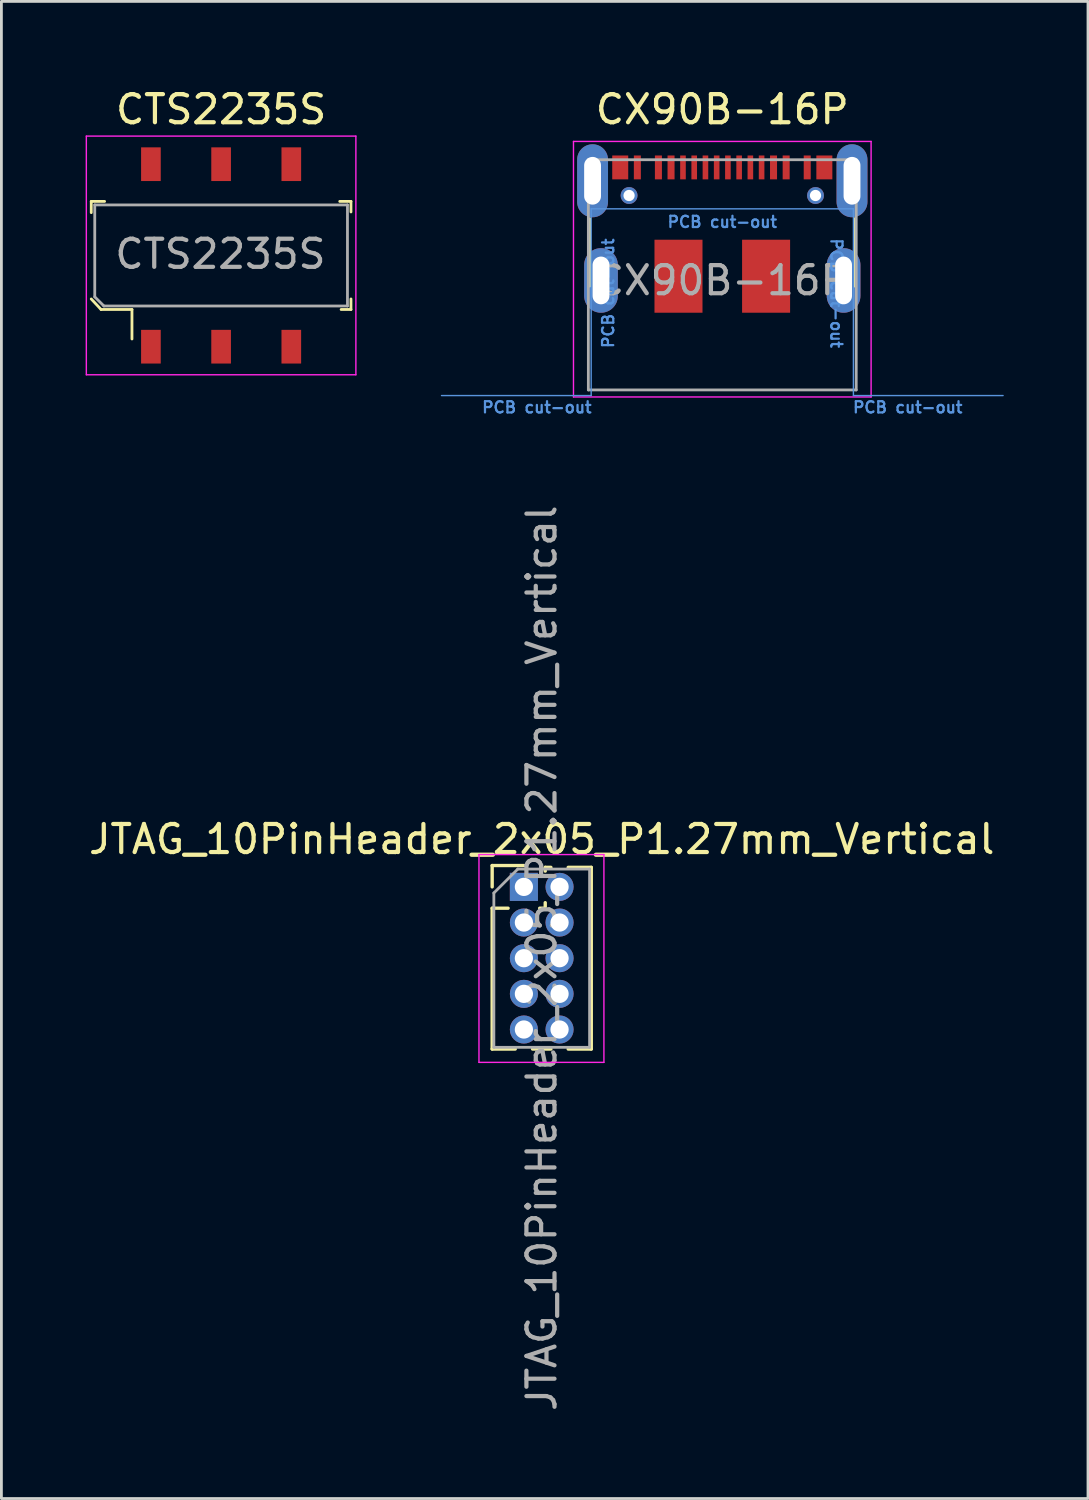
<source format=kicad_pcb>
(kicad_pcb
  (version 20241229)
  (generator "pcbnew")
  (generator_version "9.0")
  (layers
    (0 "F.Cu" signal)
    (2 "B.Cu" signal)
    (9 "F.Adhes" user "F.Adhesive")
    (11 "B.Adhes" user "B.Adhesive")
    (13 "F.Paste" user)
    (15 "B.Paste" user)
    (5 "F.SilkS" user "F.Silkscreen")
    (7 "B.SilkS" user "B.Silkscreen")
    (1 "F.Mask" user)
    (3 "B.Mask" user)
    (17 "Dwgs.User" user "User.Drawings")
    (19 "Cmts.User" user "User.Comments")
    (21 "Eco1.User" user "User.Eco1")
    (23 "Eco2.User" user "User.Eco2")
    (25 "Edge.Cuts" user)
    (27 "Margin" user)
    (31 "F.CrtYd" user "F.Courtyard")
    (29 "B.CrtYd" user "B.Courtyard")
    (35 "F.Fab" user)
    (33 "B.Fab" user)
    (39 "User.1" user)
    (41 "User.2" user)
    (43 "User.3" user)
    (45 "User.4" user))
  (footprint "CX90B-16P"
    (layer "F.Cu")
    (at 22.675 3.838)
    (property "Reference" "CX90B-16P" (at 0 -2.99 0) (layer "F.SilkS") (effects (font (size 1 1) (thickness 0.15))))
    (attr smd)
    (fp_line (start -4.72 0.9) (end -4.72 3.3) (stroke (width 0.1) (type solid)) (layer "F.SilkS"))
    (fp_line (start 4.72 0.9) (end 4.72 3.3) (stroke (width 0.1) (type solid)) (layer "F.SilkS"))
    (fp_line (start -4.67 0.55) (end -4.67 7.2) (stroke (width 0.05) (type solid)) (layer "Cmts.User"))
    (fp_line (start -4.67 0.55) (end 4.67 0.55) (stroke (width 0.05) (type solid)) (layer "Cmts.User"))
    (fp_line (start -4.67 7.2) (end -10 7.2) (stroke (width 0.05) (type solid)) (layer "Cmts.User"))
    (fp_line (start 4.67 0.55) (end 4.67 7.2) (stroke (width 0.05) (type solid)) (layer "Cmts.User"))
    (fp_line (start 4.67 7.2) (end 10 7.2) (stroke (width 0.05) (type solid)) (layer "Cmts.User"))
    (fp_line (start -5.3 -1.85) (end -5.3 7.25) (stroke (width 0.05) (type solid)) (layer "F.CrtYd"))
    (fp_line (start 5.3 -1.85) (end -5.3 -1.85) (stroke (width 0.05) (type solid)) (layer "F.CrtYd"))
    (fp_line (start 5.3 -1.85) (end 5.3 7.25) (stroke (width 0.05) (type solid)) (layer "F.CrtYd"))
    (fp_line (start 5.3 7.25) (end -5.3 7.25) (stroke (width 0.05) (type solid)) (layer "F.CrtYd"))
    (fp_line (start -4.77 -1.2) (end -4.77 7) (stroke (width 0.1) (type solid)) (layer "F.Fab"))
    (fp_line (start -4.77 -1.2) (end 4.77 -1.2) (stroke (width 0.1) (type solid)) (layer "F.Fab"))
    (fp_line (start -4.77 7) (end 4.77 7) (stroke (width 0.1) (type solid)) (layer "F.Fab"))
    (fp_line (start 4.77 -1.2) (end 4.77 7) (stroke (width 0.1) (type solid)) (layer "F.Fab"))
    (fp_text user "PCB cut-out" (at 0 1.016 0) (layer "Cmts.User") (effects (font (size 0.4 0.4) (thickness 0.08))))
    (fp_text user "PCB cut-out" (at -6.604 7.62 0) (unlocked yes) (layer "Cmts.User") (effects (font (size 0.4 0.4) (thickness 0.08))))
    (fp_text user "PCB cut-out" (at 6.604 7.62 0) (unlocked yes) (layer "Cmts.User") (effects (font (size 0.4 0.4) (thickness 0.08))))
    (fp_text user "PCB cut-out" (at -4.064 3.556 90) (unlocked yes) (layer "Cmts.User") (effects (font (size 0.4 0.4) (thickness 0.08))))
    (fp_text user "PCB cut-out" (at 4.064 3.556 270) (unlocked yes) (layer "Cmts.User") (effects (font (size 0.4 0.4) (thickness 0.08))))
    (fp_text user "${REFERENCE}" (at 0 3.1 0) (layer "F.Fab") (effects (font (size 1 1) (thickness 0.15))))
    (pad "" thru_hole oval (at -4.62 -0.45) (size 1.1 2.6) (drill oval 0.6 1.7) (layers "*.Cu" "*.Mask"))
    (pad "" thru_hole oval (at -4.32 3.1) (size 1.2 2.3) (drill oval 0.6 1.7) (layers "*.Cu" "*.Mask"))
    (pad "" smd rect (at -1.56 2.95) (size 1.71 2.6) (layers "F.Cu" "F.Mask" "F.Paste"))
    (pad "" smd rect (at 1.56 2.95) (size 1.71 2.6) (layers "F.Cu" "F.Mask" "F.Paste"))
    (pad "" thru_hole oval (at 4.32 3.1) (size 1.2 2.3) (drill oval 0.6 1.7) (layers "*.Cu" "*.Mask"))
    (pad "" thru_hole oval (at 4.62 -0.45) (size 1.1 2.6) (drill oval 0.6 1.7) (layers "*.Cu" "*.Mask"))
    (pad "A1" smd rect (at -3.635 -0.925) (size 0.57 0.85) (layers "F.Cu" "F.Mask" "F.Paste"))
    (pad "A4" smd rect (at -2.275 -0.925) (size 0.25 0.85) (layers "F.Cu" "F.Mask" "F.Paste"))
    (pad "A5" smd rect (at -1.4 -0.925) (size 0.2 0.85) (layers "F.Cu" "F.Mask" "F.Paste"))
    (pad "A6" smd rect (at -0.6 -0.925) (size 0.2 0.85) (layers "F.Cu" "F.Mask" "F.Paste"))
    (pad "A7" smd rect (at 0.6 -0.925) (size 0.2 0.85) (layers "F.Cu" "F.Mask" "F.Paste"))
    (pad "A8" smd rect (at 1.4 -0.925) (size 0.2 0.85) (layers "F.Cu" "F.Mask" "F.Paste"))
    (pad "A9" smd rect (at 2.275 -0.925) (size 0.25 0.85) (layers "F.Cu" "F.Mask" "F.Paste"))
    (pad "A12" smd rect (at 3.635 -0.925) (size 0.57 0.85) (layers "F.Cu" "F.Mask" "F.Paste"))
    (pad "B1" smd rect (at 3.025 -0.925) (size 0.25 0.85) (layers "F.Cu" "F.Mask" "F.Paste"))
    (pad "B4" smd rect (at 1.825 -0.925) (size 0.25 0.85) (layers "F.Cu" "F.Mask" "F.Paste"))
    (pad "B5" smd rect (at 1 -0.925) (size 0.2 0.85) (layers "F.Cu" "F.Mask" "F.Paste"))
    (pad "B6" smd rect (at 0.2 -0.925) (size 0.2 0.85) (layers "F.Cu" "F.Mask" "F.Paste"))
    (pad "B7" smd rect (at -0.2 -0.925) (size 0.2 0.85) (layers "F.Cu" "F.Mask" "F.Paste"))
    (pad "B8" smd rect (at -1 -0.925) (size 0.2 0.85) (layers "F.Cu" "F.Mask" "F.Paste"))
    (pad "B9" smd rect (at -1.825 -0.925) (size 0.25 0.85) (layers "F.Cu" "F.Mask" "F.Paste"))
    (pad "B12" smd rect (at -3.025 -0.925) (size 0.25 0.85) (layers "F.Cu" "F.Mask" "F.Paste"))
    (pad "MID1" thru_hole circle (at -3.32 0.075) (size 0.6 0.6) (drill 0.4) (layers "*.Cu" "*.Mask"))
    (pad "MID2" thru_hole circle (at 3.32 0.075) (size 0.6 0.6) (drill 0.4) (layers "*.Cu" "*.Mask")))
  (footprint "CTS2235S"
    (layer "F.Cu")
    (at 4.825 6.048)
    (property "Reference" "CTS2235S" (at 0 -5.2 0) (layer "F.SilkS") (effects (font (size 1 1) (thickness 0.15))))
    (attr smd)
    (fp_line (start -4.625 -1.925) (end -4.625 -1.525) (stroke (width 0.1) (type solid)) (layer "F.SilkS"))
    (fp_line (start -4.625 1.55) (end -4.275 1.925) (stroke (width 0.1) (type solid)) (layer "F.SilkS"))
    (fp_line (start -4.275 1.925) (end -3.175 1.925) (stroke (width 0.1) (type solid)) (layer "F.SilkS"))
    (fp_line (start -4.15 -1.925) (end -4.625 -1.925) (stroke (width 0.1) (type solid)) (layer "F.SilkS"))
    (fp_line (start -3.175 1.925) (end -3.175 2.975) (stroke (width 0.1) (type solid)) (layer "F.SilkS"))
    (fp_line (start 4.225 -1.925) (end 4.625 -1.925) (stroke (width 0.1) (type solid)) (layer "F.SilkS"))
    (fp_line (start 4.625 -1.925) (end 4.625 -1.55) (stroke (width 0.1) (type solid)) (layer "F.SilkS"))
    (fp_line (start 4.625 1.55) (end 4.625 1.925) (stroke (width 0.1) (type solid)) (layer "F.SilkS"))
    (fp_line (start 4.625 1.925) (end 4.275 1.925) (stroke (width 0.1) (type solid)) (layer "F.SilkS"))
    (fp_line (start -4.8 -4.25) (end -4.8 4.25) (stroke (width 0.05) (type solid)) (layer "F.CrtYd"))
    (fp_line (start -4.8 4.25) (end 4.8 4.25) (stroke (width 0.05) (type solid)) (layer "F.CrtYd"))
    (fp_line (start 4.8 -4.25) (end -4.8 -4.25) (stroke (width 0.05) (type solid)) (layer "F.CrtYd"))
    (fp_line (start 4.8 -4.25) (end 4.8 4.25) (stroke (width 0.05) (type solid)) (layer "F.CrtYd"))
    (fp_line (start -4.5 1.475) (end -4.5 -1.8) (stroke (width 0.1) (type solid)) (layer "F.Fab"))
    (fp_line (start -4.5 1.475) (end -4.175 1.8) (stroke (width 0.1) (type solid)) (layer "F.Fab"))
    (fp_line (start -4.175 1.8) (end 4.5 1.8) (stroke (width 0.1) (type solid)) (layer "F.Fab"))
    (fp_line (start 4.5 -1.8) (end -4.5 -1.8) (stroke (width 0.1) (type solid)) (layer "F.Fab"))
    (fp_line (start 4.5 -1.8) (end 4.5 1.8) (stroke (width 0.1) (type solid)) (layer "F.Fab"))
    (fp_text user "${REFERENCE}" (at -0.025 -0.05 0) (layer "F.Fab") (effects (font (size 1 1) (thickness 0.15))))
    (pad "1" smd rect (at -2.5 -3.25) (size 0.7 1.2) (layers "F.Cu" "F.Mask" "F.Paste"))
    (pad "2" smd rect (at 0 -3.25) (size 0.7 1.2) (layers "F.Cu" "F.Mask" "F.Paste"))
    (pad "3" smd rect (at 2.5 -3.25) (size 0.7 1.2) (layers "F.Cu" "F.Mask" "F.Paste"))
    (pad "4" smd rect (at -2.5 3.25) (size 0.7 1.2) (layers "F.Cu" "F.Mask" "F.Paste"))
    (pad "5" smd rect (at 0 3.25) (size 0.7 1.2) (layers "F.Cu" "F.Mask" "F.Paste"))
    (pad "6" smd rect (at 2.5 3.25) (size 0.7 1.2) (layers "F.Cu" "F.Mask" "F.Paste")))
  (footprint "JTAG_10PinHeader_2x05_P1.27mm_Vertical"
    (layer "F.Cu")
    (at 15.609 28.537)
    (property "Reference" "JTAG_10PinHeader_2x05_P1.27mm_Vertical" (at 0.635 -1.695 0) (layer "F.SilkS") (effects (font (size 1 1) (thickness 0.15))))
    (attr through_hole)
    (fp_line (start -1.13 -0.76) (end 0 -0.76) (stroke (width 0.12) (type solid)) (layer "F.SilkS"))
    (fp_line (start -1.13 0) (end -1.13 -0.76) (stroke (width 0.12) (type solid)) (layer "F.SilkS"))
    (fp_line (start -1.13 0.76) (end -1.13 5.775) (stroke (width 0.12) (type solid)) (layer "F.SilkS"))
    (fp_line (start -1.13 0.76) (end -0.563 0.76) (stroke (width 0.12) (type solid)) (layer "F.SilkS"))
    (fp_line (start -1.13 5.775) (end -0.308 5.775) (stroke (width 0.12) (type solid)) (layer "F.SilkS"))
    (fp_line (start 0.308 5.775) (end 0.962 5.775) (stroke (width 0.12) (type solid)) (layer "F.SilkS"))
    (fp_line (start 0.563 0.76) (end 0.707 0.76) (stroke (width 0.12) (type solid)) (layer "F.SilkS"))
    (fp_line (start 0.76 -0.695) (end 0.962 -0.695) (stroke (width 0.12) (type solid)) (layer "F.SilkS"))
    (fp_line (start 0.76 -0.563) (end 0.76 -0.695) (stroke (width 0.12) (type solid)) (layer "F.SilkS"))
    (fp_line (start 0.76 0.707) (end 0.76 0.563) (stroke (width 0.12) (type solid)) (layer "F.SilkS"))
    (fp_line (start 1.578 -0.695) (end 2.4 -0.695) (stroke (width 0.12) (type solid)) (layer "F.SilkS"))
    (fp_line (start 1.578 5.775) (end 2.4 5.775) (stroke (width 0.12) (type solid)) (layer "F.SilkS"))
    (fp_line (start 2.4 -0.695) (end 2.4 5.775) (stroke (width 0.12) (type solid)) (layer "F.SilkS"))
    (fp_line (start -1.6 -1.15) (end -1.6 6.25) (stroke (width 0.05) (type solid)) (layer "F.CrtYd"))
    (fp_line (start -1.6 6.25) (end 2.85 6.25) (stroke (width 0.05) (type solid)) (layer "F.CrtYd"))
    (fp_line (start 2.85 -1.15) (end -1.6 -1.15) (stroke (width 0.05) (type solid)) (layer "F.CrtYd"))
    (fp_line (start 2.85 6.25) (end 2.85 -1.15) (stroke (width 0.05) (type solid)) (layer "F.CrtYd"))
    (fp_line (start -1.07 0.217) (end -0.217 -0.635) (stroke (width 0.1) (type solid)) (layer "F.Fab"))
    (fp_line (start -1.07 5.715) (end -1.07 0.217) (stroke (width 0.1) (type solid)) (layer "F.Fab"))
    (fp_line (start -0.217 -0.635) (end 2.34 -0.635) (stroke (width 0.1) (type solid)) (layer "F.Fab"))
    (fp_line (start 2.34 -0.635) (end 2.34 5.715) (stroke (width 0.1) (type solid)) (layer "F.Fab"))
    (fp_line (start 2.34 5.715) (end -1.07 5.715) (stroke (width 0.1) (type solid)) (layer "F.Fab"))
    (fp_text user "${REFERENCE}" (at 0.635 2.54 90) (layer "F.Fab") (effects (font (size 1 1) (thickness 0.15))))
    (pad "1" thru_hole rect (at 0 0) (size 1 1) (drill 0.65) (layers "*.Cu" "*.Mask"))
    (pad "2" thru_hole oval (at 1.27 0) (size 1 1) (drill 0.65) (layers "*.Cu" "*.Mask"))
    (pad "3" thru_hole oval (at 0 1.27) (size 1 1) (drill 0.65) (layers "*.Cu" "*.Mask"))
    (pad "4" thru_hole oval (at 1.27 1.27) (size 1 1) (drill 0.65) (layers "*.Cu" "*.Mask"))
    (pad "5" thru_hole oval (at 0 2.54) (size 1 1) (drill 0.65) (layers "*.Cu" "*.Mask"))
    (pad "6" thru_hole oval (at 1.27 2.54) (size 1 1) (drill 0.65) (layers "*.Cu" "*.Mask"))
    (pad "7" thru_hole oval (at 0 3.81) (size 1 1) (drill 0.65) (layers "*.Cu" "*.Mask"))
    (pad "8" thru_hole oval (at 1.27 3.81) (size 1 1) (drill 0.65) (layers "*.Cu" "*.Mask"))
    (pad "9" thru_hole oval (at 0 5.08) (size 1 1) (drill 0.65) (layers "*.Cu" "*.Mask"))
    (pad "10" thru_hole oval (at 1.27 5.08) (size 1 1) (drill 0.65) (layers "*.Cu" "*.Mask")))
  (gr_rect
    (start -3 -3)
    (end 35.7 50.321)
    (stroke (width 0.1) (type default))
    (fill no)
    (layer "Edge.Cuts")))
</source>
